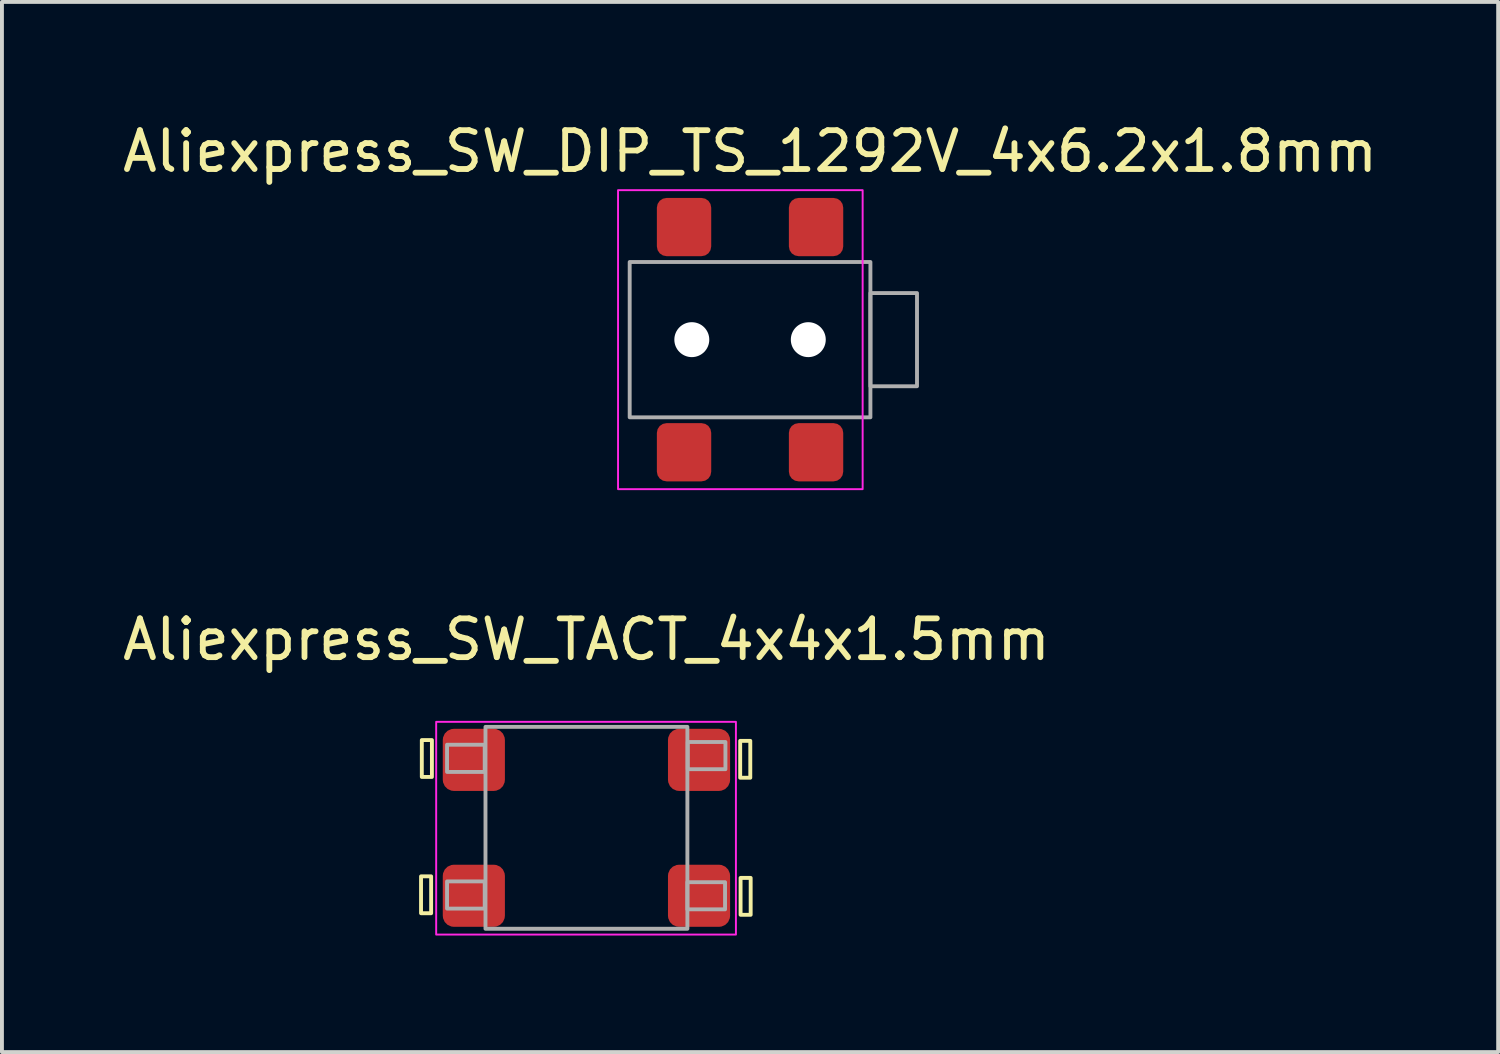
<source format=kicad_pcb>
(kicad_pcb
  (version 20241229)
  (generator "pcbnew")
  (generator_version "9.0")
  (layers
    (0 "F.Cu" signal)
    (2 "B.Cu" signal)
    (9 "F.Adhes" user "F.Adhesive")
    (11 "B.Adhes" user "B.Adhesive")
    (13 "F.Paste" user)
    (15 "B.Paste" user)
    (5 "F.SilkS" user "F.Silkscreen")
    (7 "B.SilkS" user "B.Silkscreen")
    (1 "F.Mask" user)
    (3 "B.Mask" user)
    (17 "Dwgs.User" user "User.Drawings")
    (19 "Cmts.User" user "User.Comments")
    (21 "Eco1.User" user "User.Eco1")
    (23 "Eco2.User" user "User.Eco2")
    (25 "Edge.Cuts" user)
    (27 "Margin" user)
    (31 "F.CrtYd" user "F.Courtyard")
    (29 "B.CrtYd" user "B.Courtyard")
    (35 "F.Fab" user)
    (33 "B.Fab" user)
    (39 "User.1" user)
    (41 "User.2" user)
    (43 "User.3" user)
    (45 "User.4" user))
  (footprint "Aliexpress_SW_DIP_TS_1292V_4x6.2x1.8mm"
    (layer "F.Cu")
    (at 16.268 5.698)
    (property "Reference" "Aliexpress_SW_DIP_TS_1292V_4x6.2x1.8mm" (at 0 -4.85 0) (layer "F.SilkS") (effects (font (size 1 1) (thickness 0.15))))
    (attr through_hole)
    (fp_rect (start -3.4 -3.85) (end 2.9 3.85) (stroke (width 0.05) (type default)) (fill no) (layer "F.CrtYd"))
    (fp_rect (start -3.1 -2) (end 3.1 2) (stroke (width 0.1) (type solid)) (fill no) (layer "F.Fab"))
    (fp_rect (start 3.1 -1.2) (end 4.3 1.2) (stroke (width 0.1) (type solid)) (fill no) (layer "F.Fab"))
    (pad "" np_thru_hole circle (at -1.5 0) (size 0.9 0.9) (drill 0.9) (layers "*.Cu" "*.Mask"))
    (pad "" np_thru_hole circle (at 1.5 0) (size 0.9 0.9) (drill 0.9) (layers "*.Cu" "*.Mask"))
    (pad "1" smd roundrect (at -1.7 -2.9 180) (size 1.4 1.5) (layers "F.Cu" "F.Mask" "F.Paste") (roundrect_rratio 0.179))
    (pad "1" smd roundrect (at -1.7 2.9 180) (size 1.4 1.5) (layers "F.Cu" "F.Mask" "F.Paste") (roundrect_rratio 0.179))
    (pad "2" smd roundrect (at 1.7 -2.9 180) (size 1.4 1.5) (layers "F.Cu" "F.Mask" "F.Paste") (roundrect_rratio 0.179))
    (pad "2" smd roundrect (at 1.7 2.9 180) (size 1.4 1.5) (layers "F.Cu" "F.Mask" "F.Paste") (roundrect_rratio 0.179)))
  (footprint "Aliexpress_SW_TACT_4x4x1.5mm"
    (layer "F.Cu")
    (at 12.054 18.271)
    (property "Reference" "Aliexpress_SW_TACT_4x4x1.5mm" (at 0 -4.85 0) (layer "F.SilkS") (effects (font (size 1 1) (thickness 0.15))))
    (attr through_hole)
    (fp_rect (start -4.26 1.25) (end -4 2.2) (stroke (width 0.1) (type default)) (fill no) (layer "F.SilkS"))
    (fp_rect (start -4.24 -2.26) (end -3.98 -1.31) (stroke (width 0.1) (type default)) (fill no) (layer "F.SilkS"))
    (fp_rect (start 3.96 -2.24) (end 4.22 -1.29) (stroke (width 0.1) (type default)) (fill no) (layer "F.SilkS"))
    (fp_rect (start 3.97 1.29) (end 4.23 2.24) (stroke (width 0.1) (type default)) (fill no) (layer "F.SilkS"))
    (fp_rect (start -3.87 -2.73) (end 3.85 2.75) (stroke (width 0.05) (type default)) (fill no) (layer "F.CrtYd"))
    (fp_rect (start -3.59 -2.14) (end -2.62 -1.44) (stroke (width 0.1) (type default)) (fill no) (layer "F.Fab"))
    (fp_rect (start -3.59 1.38) (end -2.62 2.08) (stroke (width 0.1) (type default)) (fill no) (layer "F.Fab"))
    (fp_rect (start -2.6 -2.6) (end 2.6 2.6) (stroke (width 0.1) (type solid)) (fill no) (layer "F.Fab"))
    (fp_rect (start 2.6 1.4) (end 3.57 2.1) (stroke (width 0.1) (type default)) (fill no) (layer "F.Fab"))
    (fp_rect (start 2.61 -2.21) (end 3.58 -1.51) (stroke (width 0.1) (type default)) (fill no) (layer "F.Fab"))
    (fp_circle (center 0 0) (end 1.1 0) (stroke (width 0.1) (type solid)) (fill no) (layer "User.3"))
    (pad "1" smd roundrect (at -2.9 -1.75 180) (size 1.6 1.6) (layers "F.Cu" "F.Mask" "F.Paste") (roundrect_rratio 0.179))
    (pad "1" smd roundrect (at 2.9 -1.75) (size 1.6 1.6) (layers "F.Cu" "F.Mask" "F.Paste") (roundrect_rratio 0.179))
    (pad "2" smd roundrect (at -2.9 1.75 180) (size 1.6 1.6) (layers "F.Cu" "F.Mask" "F.Paste") (roundrect_rratio 0.179))
    (pad "2" smd roundrect (at 2.9 1.75 180) (size 1.6 1.6) (layers "F.Cu" "F.Mask" "F.Paste") (roundrect_rratio 0.179)))
  (gr_rect
    (start -3 -3)
    (end 35.536 24.047)
    (stroke (width 0.1) (type default))
    (fill no)
    (layer "Edge.Cuts")))
</source>
